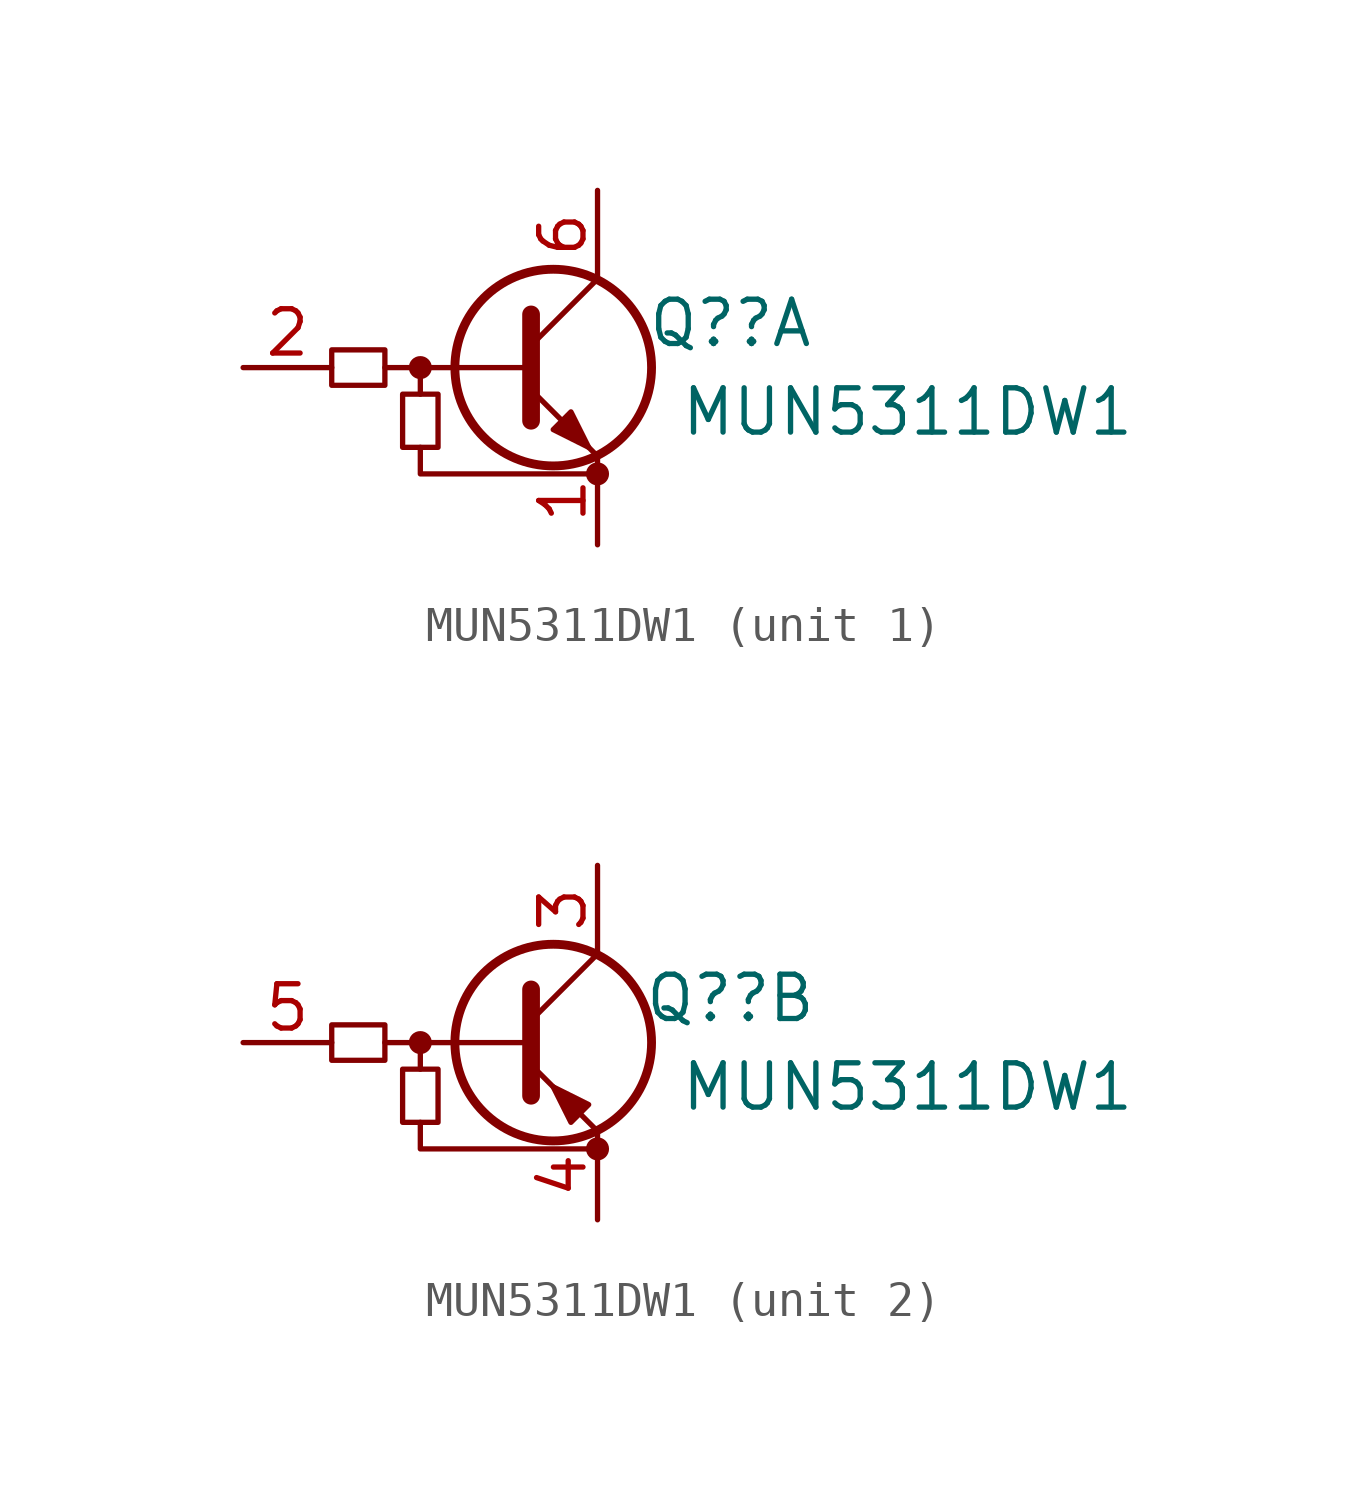
<source format=kicad_sym>
(kicad_symbol_lib
  (version 20211014)
  (generator kicad_symbol_editor)
  (symbol "MUN5311DW1"
    (pin_names hide)
    (property "Reference" "Q?"
      (at 5.715 1.27 0)
      (effects (font (size 1.27 1.27))))
    (property "Value" "MUN5311DW1"
      (at 10.795 -1.27 0)
      (effects (font (size 1.27 1.27))))
    (property "ki_locked" ""
      (at 0 0 0)
      (effects (font (size 1.27 1.27))))
    (symbol "MUN5311DW1_0_1"
      (rectangle (start -5.715 0.508) (end -4.191 -0.508) (stroke (width 0) (type default) (color 0 0 0 0)) (fill (type none)))
      (rectangle (start -3.683 -2.286) (end -2.667 -0.762) (stroke (width 0) (type default) (color 0 0 0 0)) (fill (type none)))
      (circle (center -3.175 0) (radius 0.254) (stroke (width 0) (type default) (color 0 0 0 0)) (fill (type outline)))
      (polyline (pts (xy -3.175 -0.762) (xy -3.175 0)) (stroke (width 0) (type default) (color 0 0 0 0)) (fill (type none)))
      (polyline (pts (xy -0.127 0) (xy -4.191 0)) (stroke (width 0) (type default) (color 0 0 0 0)) (fill (type none)))
      (polyline (pts (xy 0 1.524) (xy 0 -1.524)) (stroke (width 0.508) (type default) (color 0 0 0 0)) (fill (type none)))
      (polyline (pts (xy -3.175 -2.286) (xy -3.175 -3.048) (xy 1.905 -3.048)) (stroke (width 0) (type default) (color 0 0 0 0)) (fill (type none)))
      (circle (center 0.635 0) (radius 2.819) (stroke (width 0.254) (type default) (color 0 0 0 0)) (fill (type none)))
      (circle (center 1.905 -3.048) (radius 0.254) (stroke (width 0) (type default) (color 0 0 0 0)) (fill (type outline))))
    (symbol "MUN5311DW1_1_1"
      (polyline (pts (xy 0 0.635) (xy 1.905 2.54)) (stroke (width 0) (type default) (color 0 0 0 0)) (fill (type none)))
      (polyline (pts (xy 0 -0.635) (xy 1.905 -2.54) (xy 1.905 -2.54)) (stroke (width 0) (type default) (color 0 0 0 0)) (fill (type none)))
      (polyline (pts (xy 0.635 -1.778) (xy 1.143 -1.27) (xy 1.651 -2.286) (xy 0.635 -1.778) (xy 0.635 -1.778)) (stroke (width 0) (type default) (color 0 0 0 0)) (fill (type outline)))
      (pin passive line (at 1.905 -5.08 90) (length 2.54) (name "E1" (effects (font (size 1.27 1.27)))) (number "1" (effects (font (size 1.27 1.27)))))
      (pin input line (at -8.255 0 0) (length 2.54) (name "B1" (effects (font (size 1.27 1.27)))) (number "2" (effects (font (size 1.27 1.27)))))
      (pin passive line (at 1.905 5.08 270) (length 2.54) (name "C1" (effects (font (size 1.27 1.27)))) (number "6" (effects (font (size 1.27 1.27))))))
    (symbol "MUN5311DW1_2_1"
      (polyline (pts (xy 0 0.635) (xy 1.905 2.54)) (stroke (width 0) (type default) (color 0 0 0 0)) (fill (type none)))
      (polyline (pts (xy 0 -0.635) (xy 1.905 -2.54) (xy 1.905 -2.54)) (stroke (width 0) (type default) (color 0 0 0 0)) (fill (type none)))
      (polyline (pts (xy 1.651 -1.778) (xy 1.143 -2.286) (xy 0.635 -1.27) (xy 1.651 -1.778) (xy 1.651 -1.778)) (stroke (width 0) (type default) (color 0 0 0 0)) (fill (type outline)))
      (pin passive line (at 1.905 5.08 270) (length 2.54) (name "C1" (effects (font (size 1.27 1.27)))) (number "3" (effects (font (size 1.27 1.27)))))
      (pin passive line (at 1.905 -5.08 90) (length 2.54) (name "E1" (effects (font (size 1.27 1.27)))) (number "4" (effects (font (size 1.27 1.27)))))
      (pin input line (at -8.255 0 0) (length 2.54) (name "B1" (effects (font (size 1.27 1.27)))) (number "5" (effects (font (size 1.27 1.27))))))))
</source>
